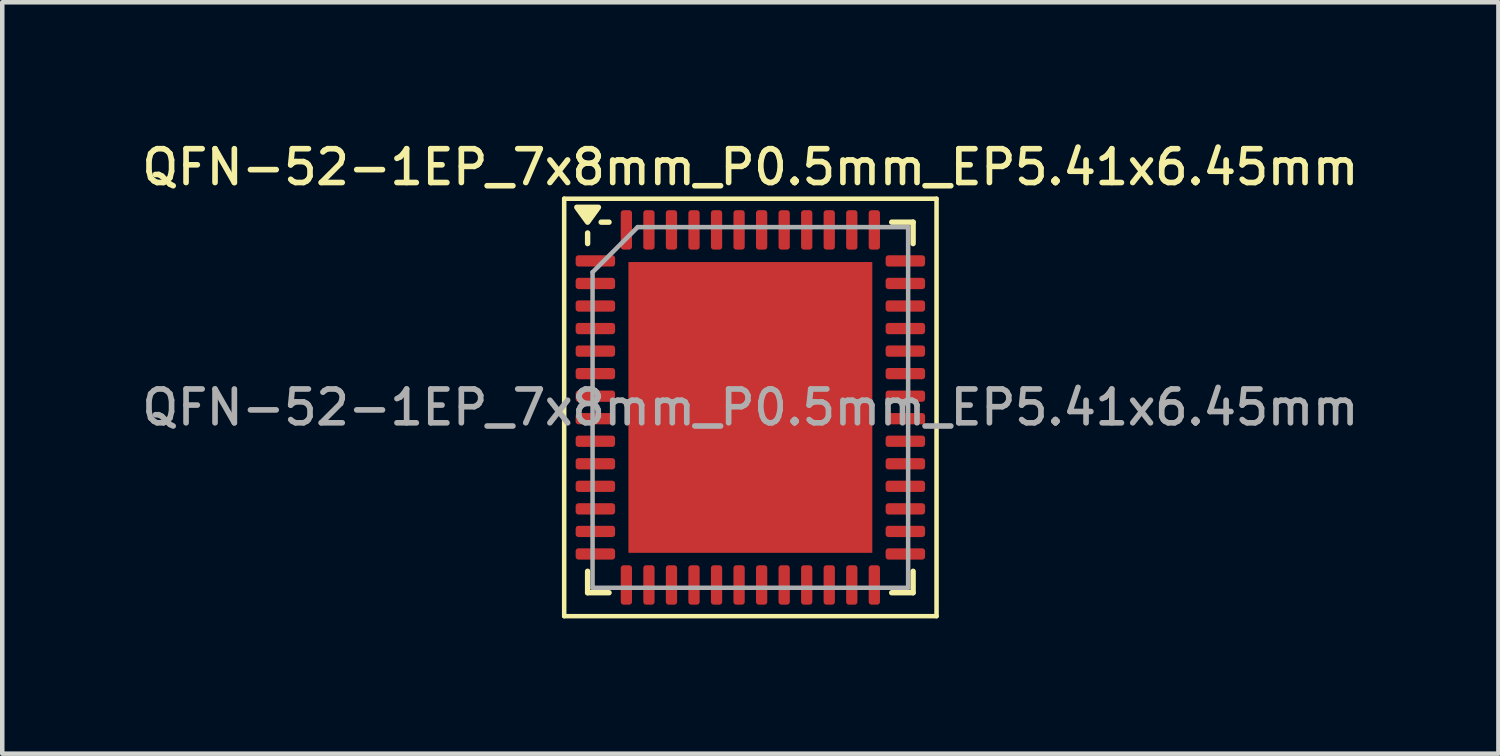
<source format=kicad_pcb>
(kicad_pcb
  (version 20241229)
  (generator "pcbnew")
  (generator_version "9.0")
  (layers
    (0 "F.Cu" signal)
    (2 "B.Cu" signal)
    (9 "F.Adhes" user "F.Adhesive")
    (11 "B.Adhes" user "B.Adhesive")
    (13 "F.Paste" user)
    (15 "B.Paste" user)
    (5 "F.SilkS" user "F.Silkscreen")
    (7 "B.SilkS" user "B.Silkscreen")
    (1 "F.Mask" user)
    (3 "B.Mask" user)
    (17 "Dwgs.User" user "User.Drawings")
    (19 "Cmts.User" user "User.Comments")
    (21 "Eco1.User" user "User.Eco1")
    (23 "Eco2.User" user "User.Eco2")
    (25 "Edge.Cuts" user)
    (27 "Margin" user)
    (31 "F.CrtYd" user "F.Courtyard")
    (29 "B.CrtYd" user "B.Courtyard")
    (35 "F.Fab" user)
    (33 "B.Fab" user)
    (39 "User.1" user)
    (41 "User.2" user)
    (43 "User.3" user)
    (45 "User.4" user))
  (footprint "QFN-52-1EP_7x8mm_P0.5mm_EP5.41x6.45mm"
    (layer "F.Cu")
    (at 13.595 5.988)
    (property "Reference" "QFN-52-1EP_7x8mm_P0.5mm_EP5.41x6.45mm" (at 0 -5.33 0) (layer "F.SilkS") (effects (font (size 0.75 0.75) (thickness 0.125))))
    (attr smd)
    (fp_line (start -4.13 -4.63) (end -4.13 4.63) (stroke (width 0.1) (type solid)) (layer "F.SilkS"))
    (fp_line (start -4.13 4.63) (end 4.13 4.63) (stroke (width 0.1) (type solid)) (layer "F.SilkS"))
    (fp_line (start -3.61 -3.635) (end -3.61 -3.87) (stroke (width 0.12) (type solid)) (layer "F.SilkS"))
    (fp_line (start -3.61 4.11) (end -3.61 3.635) (stroke (width 0.12) (type solid)) (layer "F.SilkS"))
    (fp_line (start -3.135 -4.11) (end -3.31 -4.11) (stroke (width 0.12) (type solid)) (layer "F.SilkS"))
    (fp_line (start -3.135 4.11) (end -3.61 4.11) (stroke (width 0.12) (type solid)) (layer "F.SilkS"))
    (fp_line (start 3.135 -4.11) (end 3.61 -4.11) (stroke (width 0.12) (type solid)) (layer "F.SilkS"))
    (fp_line (start 3.135 4.11) (end 3.61 4.11) (stroke (width 0.12) (type solid)) (layer "F.SilkS"))
    (fp_line (start 3.61 -4.11) (end 3.61 -3.635) (stroke (width 0.12) (type solid)) (layer "F.SilkS"))
    (fp_line (start 3.61 4.11) (end 3.61 3.635) (stroke (width 0.12) (type solid)) (layer "F.SilkS"))
    (fp_line (start 4.13 -4.63) (end -4.13 -4.63) (stroke (width 0.1) (type solid)) (layer "F.SilkS"))
    (fp_line (start 4.13 4.63) (end 4.13 -4.63) (stroke (width 0.1) (type solid)) (layer "F.SilkS"))
    (fp_poly (pts (xy -3.61 -4.11) (xy -3.85 -4.44) (xy -3.37 -4.44) (xy -3.61 -4.11)) (stroke (width 0.12) (type solid)) (fill yes) (layer "F.SilkS"))
    (fp_line (start -3.5 -3) (end -2.5 -4) (stroke (width 0.1) (type solid)) (layer "F.Fab"))
    (fp_line (start -3.5 4) (end -3.5 -3) (stroke (width 0.1) (type solid)) (layer "F.Fab"))
    (fp_line (start -2.5 -4) (end 3.5 -4) (stroke (width 0.1) (type solid)) (layer "F.Fab"))
    (fp_line (start 3.5 -4) (end 3.5 4) (stroke (width 0.1) (type solid)) (layer "F.Fab"))
    (fp_line (start 3.5 4) (end -3.5 4) (stroke (width 0.1) (type solid)) (layer "F.Fab"))
    (fp_text user "${REFERENCE}" (at 0 0 0) (layer "F.Fab") (effects (font (size 0.75 0.75) (thickness 0.125))))
    (pad "" smd roundrect (at -2.025 -2.58) (size 1.09 1.04) (layers "F.Paste") (roundrect_rratio 0.24))
    (pad "" smd roundrect (at -2.025 -1.29) (size 1.09 1.04) (layers "F.Paste") (roundrect_rratio 0.24))
    (pad "" smd roundrect (at -2.025 0) (size 1.09 1.04) (layers "F.Paste") (roundrect_rratio 0.24))
    (pad "" smd roundrect (at -2.025 1.29) (size 1.09 1.04) (layers "F.Paste") (roundrect_rratio 0.24))
    (pad "" smd roundrect (at -2.025 2.58) (size 1.09 1.04) (layers "F.Paste") (roundrect_rratio 0.24))
    (pad "" smd roundrect (at -0.675 -2.58) (size 1.09 1.04) (layers "F.Paste") (roundrect_rratio 0.24))
    (pad "" smd roundrect (at -0.675 -1.29) (size 1.09 1.04) (layers "F.Paste") (roundrect_rratio 0.24))
    (pad "" smd roundrect (at -0.675 0) (size 1.09 1.04) (layers "F.Paste") (roundrect_rratio 0.24))
    (pad "" smd roundrect (at -0.675 1.29) (size 1.09 1.04) (layers "F.Paste") (roundrect_rratio 0.24))
    (pad "" smd roundrect (at -0.675 2.58) (size 1.09 1.04) (layers "F.Paste") (roundrect_rratio 0.24))
    (pad "" smd roundrect (at 0.675 -2.58) (size 1.09 1.04) (layers "F.Paste") (roundrect_rratio 0.24))
    (pad "" smd roundrect (at 0.675 -1.29) (size 1.09 1.04) (layers "F.Paste") (roundrect_rratio 0.24))
    (pad "" smd roundrect (at 0.675 0) (size 1.09 1.04) (layers "F.Paste") (roundrect_rratio 0.24))
    (pad "" smd roundrect (at 0.675 1.29) (size 1.09 1.04) (layers "F.Paste") (roundrect_rratio 0.24))
    (pad "" smd roundrect (at 0.675 2.58) (size 1.09 1.04) (layers "F.Paste") (roundrect_rratio 0.24))
    (pad "" smd roundrect (at 2.025 -2.58) (size 1.09 1.04) (layers "F.Paste") (roundrect_rratio 0.24))
    (pad "" smd roundrect (at 2.025 -1.29) (size 1.09 1.04) (layers "F.Paste") (roundrect_rratio 0.24))
    (pad "" smd roundrect (at 2.025 0) (size 1.09 1.04) (layers "F.Paste") (roundrect_rratio 0.24))
    (pad "" smd roundrect (at 2.025 1.29) (size 1.09 1.04) (layers "F.Paste") (roundrect_rratio 0.24))
    (pad "" smd roundrect (at 2.025 2.58) (size 1.09 1.04) (layers "F.Paste") (roundrect_rratio 0.24))
    (pad "1" smd roundrect (at -3.438 -3.25) (size 0.875 0.25) (layers "F.Cu" "F.Mask" "F.Paste") (roundrect_rratio 0.25))
    (pad "2" smd roundrect (at -3.438 -2.75) (size 0.875 0.25) (layers "F.Cu" "F.Mask" "F.Paste") (roundrect_rratio 0.25))
    (pad "3" smd roundrect (at -3.438 -2.25) (size 0.875 0.25) (layers "F.Cu" "F.Mask" "F.Paste") (roundrect_rratio 0.25))
    (pad "4" smd roundrect (at -3.438 -1.75) (size 0.875 0.25) (layers "F.Cu" "F.Mask" "F.Paste") (roundrect_rratio 0.25))
    (pad "5" smd roundrect (at -3.438 -1.25) (size 0.875 0.25) (layers "F.Cu" "F.Mask" "F.Paste") (roundrect_rratio 0.25))
    (pad "6" smd roundrect (at -3.438 -0.75) (size 0.875 0.25) (layers "F.Cu" "F.Mask" "F.Paste") (roundrect_rratio 0.25))
    (pad "7" smd roundrect (at -3.438 -0.25) (size 0.875 0.25) (layers "F.Cu" "F.Mask" "F.Paste") (roundrect_rratio 0.25))
    (pad "8" smd roundrect (at -3.438 0.25) (size 0.875 0.25) (layers "F.Cu" "F.Mask" "F.Paste") (roundrect_rratio 0.25))
    (pad "9" smd roundrect (at -3.438 0.75) (size 0.875 0.25) (layers "F.Cu" "F.Mask" "F.Paste") (roundrect_rratio 0.25))
    (pad "10" smd roundrect (at -3.438 1.25) (size 0.875 0.25) (layers "F.Cu" "F.Mask" "F.Paste") (roundrect_rratio 0.25))
    (pad "11" smd roundrect (at -3.438 1.75) (size 0.875 0.25) (layers "F.Cu" "F.Mask" "F.Paste") (roundrect_rratio 0.25))
    (pad "12" smd roundrect (at -3.438 2.25) (size 0.875 0.25) (layers "F.Cu" "F.Mask" "F.Paste") (roundrect_rratio 0.25))
    (pad "13" smd roundrect (at -3.438 2.75) (size 0.875 0.25) (layers "F.Cu" "F.Mask" "F.Paste") (roundrect_rratio 0.25))
    (pad "14" smd roundrect (at -3.438 3.25) (size 0.875 0.25) (layers "F.Cu" "F.Mask" "F.Paste") (roundrect_rratio 0.25))
    (pad "15" smd roundrect (at -2.75 3.938) (size 0.25 0.875) (layers "F.Cu" "F.Mask" "F.Paste") (roundrect_rratio 0.25))
    (pad "16" smd roundrect (at -2.25 3.938) (size 0.25 0.875) (layers "F.Cu" "F.Mask" "F.Paste") (roundrect_rratio 0.25))
    (pad "17" smd roundrect (at -1.75 3.938) (size 0.25 0.875) (layers "F.Cu" "F.Mask" "F.Paste") (roundrect_rratio 0.25))
    (pad "18" smd roundrect (at -1.25 3.938) (size 0.25 0.875) (layers "F.Cu" "F.Mask" "F.Paste") (roundrect_rratio 0.25))
    (pad "19" smd roundrect (at -0.75 3.938) (size 0.25 0.875) (layers "F.Cu" "F.Mask" "F.Paste") (roundrect_rratio 0.25))
    (pad "20" smd roundrect (at -0.25 3.938) (size 0.25 0.875) (layers "F.Cu" "F.Mask" "F.Paste") (roundrect_rratio 0.25))
    (pad "21" smd roundrect (at 0.25 3.938) (size 0.25 0.875) (layers "F.Cu" "F.Mask" "F.Paste") (roundrect_rratio 0.25))
    (pad "22" smd roundrect (at 0.75 3.938) (size 0.25 0.875) (layers "F.Cu" "F.Mask" "F.Paste") (roundrect_rratio 0.25))
    (pad "23" smd roundrect (at 1.25 3.938) (size 0.25 0.875) (layers "F.Cu" "F.Mask" "F.Paste") (roundrect_rratio 0.25))
    (pad "24" smd roundrect (at 1.75 3.938) (size 0.25 0.875) (layers "F.Cu" "F.Mask" "F.Paste") (roundrect_rratio 0.25))
    (pad "25" smd roundrect (at 2.25 3.938) (size 0.25 0.875) (layers "F.Cu" "F.Mask" "F.Paste") (roundrect_rratio 0.25))
    (pad "26" smd roundrect (at 2.75 3.938) (size 0.25 0.875) (layers "F.Cu" "F.Mask" "F.Paste") (roundrect_rratio 0.25))
    (pad "27" smd roundrect (at 3.438 3.25) (size 0.875 0.25) (layers "F.Cu" "F.Mask" "F.Paste") (roundrect_rratio 0.25))
    (pad "28" smd roundrect (at 3.438 2.75) (size 0.875 0.25) (layers "F.Cu" "F.Mask" "F.Paste") (roundrect_rratio 0.25))
    (pad "29" smd roundrect (at 3.438 2.25) (size 0.875 0.25) (layers "F.Cu" "F.Mask" "F.Paste") (roundrect_rratio 0.25))
    (pad "30" smd roundrect (at 3.438 1.75) (size 0.875 0.25) (layers "F.Cu" "F.Mask" "F.Paste") (roundrect_rratio 0.25))
    (pad "31" smd roundrect (at 3.438 1.25) (size 0.875 0.25) (layers "F.Cu" "F.Mask" "F.Paste") (roundrect_rratio 0.25))
    (pad "32" smd roundrect (at 3.438 0.75) (size 0.875 0.25) (layers "F.Cu" "F.Mask" "F.Paste") (roundrect_rratio 0.25))
    (pad "33" smd roundrect (at 3.438 0.25) (size 0.875 0.25) (layers "F.Cu" "F.Mask" "F.Paste") (roundrect_rratio 0.25))
    (pad "34" smd roundrect (at 3.438 -0.25) (size 0.875 0.25) (layers "F.Cu" "F.Mask" "F.Paste") (roundrect_rratio 0.25))
    (pad "35" smd roundrect (at 3.438 -0.75) (size 0.875 0.25) (layers "F.Cu" "F.Mask" "F.Paste") (roundrect_rratio 0.25))
    (pad "36" smd roundrect (at 3.438 -1.25) (size 0.875 0.25) (layers "F.Cu" "F.Mask" "F.Paste") (roundrect_rratio 0.25))
    (pad "37" smd roundrect (at 3.438 -1.75) (size 0.875 0.25) (layers "F.Cu" "F.Mask" "F.Paste") (roundrect_rratio 0.25))
    (pad "38" smd roundrect (at 3.438 -2.25) (size 0.875 0.25) (layers "F.Cu" "F.Mask" "F.Paste") (roundrect_rratio 0.25))
    (pad "39" smd roundrect (at 3.438 -2.75) (size 0.875 0.25) (layers "F.Cu" "F.Mask" "F.Paste") (roundrect_rratio 0.25))
    (pad "40" smd roundrect (at 3.438 -3.25) (size 0.875 0.25) (layers "F.Cu" "F.Mask" "F.Paste") (roundrect_rratio 0.25))
    (pad "41" smd roundrect (at 2.75 -3.938) (size 0.25 0.875) (layers "F.Cu" "F.Mask" "F.Paste") (roundrect_rratio 0.25))
    (pad "42" smd roundrect (at 2.25 -3.938) (size 0.25 0.875) (layers "F.Cu" "F.Mask" "F.Paste") (roundrect_rratio 0.25))
    (pad "43" smd roundrect (at 1.75 -3.938) (size 0.25 0.875) (layers "F.Cu" "F.Mask" "F.Paste") (roundrect_rratio 0.25))
    (pad "44" smd roundrect (at 1.25 -3.938) (size 0.25 0.875) (layers "F.Cu" "F.Mask" "F.Paste") (roundrect_rratio 0.25))
    (pad "45" smd roundrect (at 0.75 -3.938) (size 0.25 0.875) (layers "F.Cu" "F.Mask" "F.Paste") (roundrect_rratio 0.25))
    (pad "46" smd roundrect (at 0.25 -3.938) (size 0.25 0.875) (layers "F.Cu" "F.Mask" "F.Paste") (roundrect_rratio 0.25))
    (pad "47" smd roundrect (at -0.25 -3.938) (size 0.25 0.875) (layers "F.Cu" "F.Mask" "F.Paste") (roundrect_rratio 0.25))
    (pad "48" smd roundrect (at -0.75 -3.938) (size 0.25 0.875) (layers "F.Cu" "F.Mask" "F.Paste") (roundrect_rratio 0.25))
    (pad "49" smd roundrect (at -1.25 -3.938) (size 0.25 0.875) (layers "F.Cu" "F.Mask" "F.Paste") (roundrect_rratio 0.25))
    (pad "50" smd roundrect (at -1.75 -3.938) (size 0.25 0.875) (layers "F.Cu" "F.Mask" "F.Paste") (roundrect_rratio 0.25))
    (pad "51" smd roundrect (at -2.25 -3.938) (size 0.25 0.875) (layers "F.Cu" "F.Mask" "F.Paste") (roundrect_rratio 0.25))
    (pad "52" smd roundrect (at -2.75 -3.938) (size 0.25 0.875) (layers "F.Cu" "F.Mask" "F.Paste") (roundrect_rratio 0.25))
    (pad "53" smd rect (at 0 0) (size 5.41 6.45) (property pad_prop_heatsink) (layers "F.Cu" "F.Mask")))
  (gr_rect
    (start -3 -3)
    (end 30.189 13.668)
    (stroke (width 0.1) (type default))
    (fill no)
    (layer "Edge.Cuts")))
</source>
